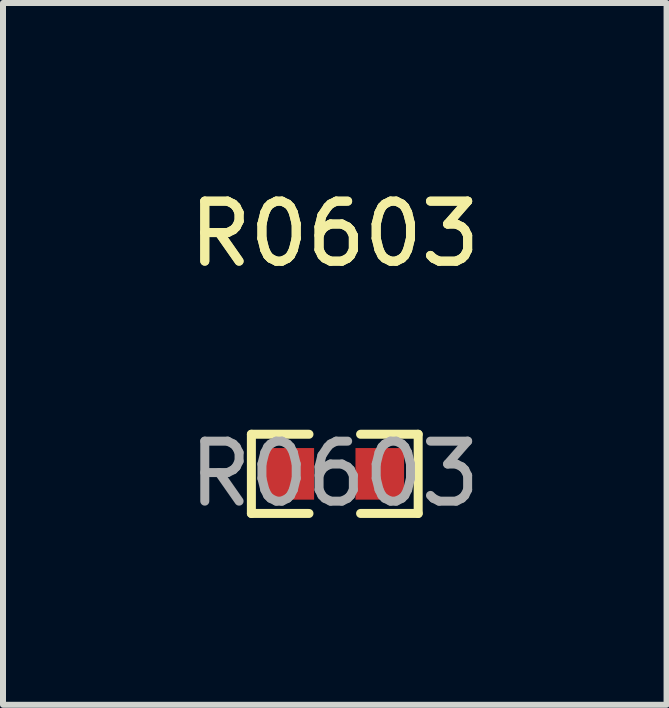
<source format=kicad_pcb>
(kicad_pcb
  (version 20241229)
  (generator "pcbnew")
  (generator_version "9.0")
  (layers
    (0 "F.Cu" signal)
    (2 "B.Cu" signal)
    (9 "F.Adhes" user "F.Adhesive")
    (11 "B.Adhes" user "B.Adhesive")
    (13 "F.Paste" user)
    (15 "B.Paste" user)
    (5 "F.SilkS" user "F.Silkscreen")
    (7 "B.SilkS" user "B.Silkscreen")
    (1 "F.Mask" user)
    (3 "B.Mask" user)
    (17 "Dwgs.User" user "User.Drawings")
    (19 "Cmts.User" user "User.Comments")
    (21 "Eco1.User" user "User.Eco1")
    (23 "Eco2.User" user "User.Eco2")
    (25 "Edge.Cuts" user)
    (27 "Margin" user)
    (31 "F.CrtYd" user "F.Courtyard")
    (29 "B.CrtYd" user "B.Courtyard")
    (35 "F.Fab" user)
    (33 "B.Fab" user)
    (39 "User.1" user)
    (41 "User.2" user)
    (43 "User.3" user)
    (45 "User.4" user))
  (footprint "R0603"
    (layer "F.Cu")
    (at 2.53 4.848)
    (property "Reference" "R0603" (at 0 -4 0) (layer "F.SilkS") (effects (font (size 1 1) (thickness 0.15))))
    (attr smd)
    (fp_line (start -1.39 -0.66) (end -0.43 -0.66) (stroke (width 0.15) (type solid)) (layer "F.SilkS"))
    (fp_line (start -1.39 0.66) (end -1.39 -0.66) (stroke (width 0.15) (type solid)) (layer "F.SilkS"))
    (fp_line (start -0.43 0.66) (end -1.39 0.66) (stroke (width 0.15) (type solid)) (layer "F.SilkS"))
    (fp_line (start 0.43 0.66) (end 1.39 0.66) (stroke (width 0.15) (type solid)) (layer "F.SilkS"))
    (fp_line (start 1.39 -0.66) (end 0.43 -0.66) (stroke (width 0.15) (type solid)) (layer "F.SilkS"))
    (fp_line (start 1.39 0.66) (end 1.39 -0.66) (stroke (width 0.15) (type solid)) (layer "F.SilkS"))
    (fp_circle (center -0.8 0.4) (end -0.77 0.4) (stroke (width 0.06) (type solid)) (fill no) (layer "F.Fab"))
    (fp_text user "${REFERENCE}" (at 0 -4 0) (layer "F.SilkS") (effects (font (size 1 1) (thickness 0.15))))
    (fp_text user "${REFERENCE}" (at 0 0 0) (layer "F.Fab") (effects (font (size 1 1) (thickness 0.15))))
    (pad "1" smd rect (at -0.75 0) (size 0.81 0.86) (layers "F.Cu" "F.Mask" "F.Paste"))
    (pad "2" smd rect (at 0.75 0) (size 0.81 0.86) (layers "F.Cu" "F.Mask" "F.Paste")))
  (gr_rect
    (start -3 -3)
    (end 8.06 8.697)
    (stroke (width 0.1) (type default))
    (fill no)
    (layer "Edge.Cuts")))
</source>
